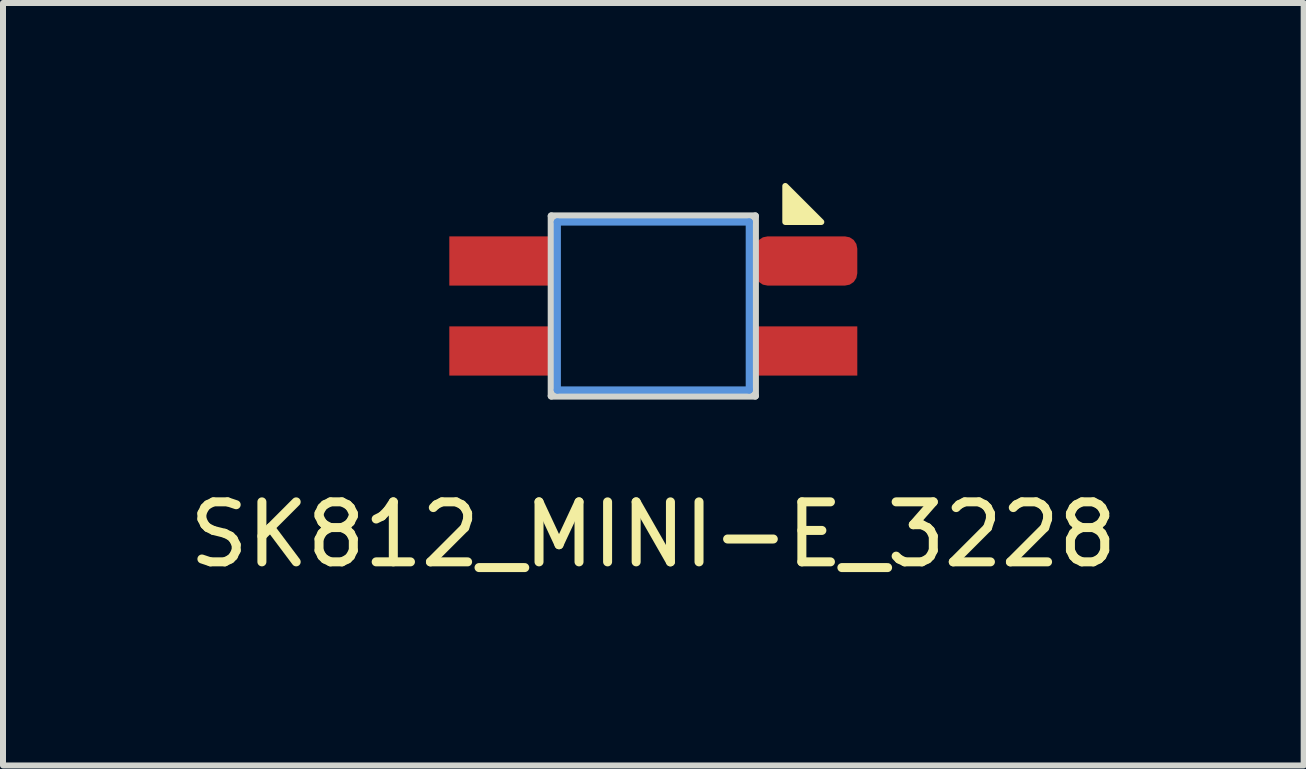
<source format=kicad_pcb>
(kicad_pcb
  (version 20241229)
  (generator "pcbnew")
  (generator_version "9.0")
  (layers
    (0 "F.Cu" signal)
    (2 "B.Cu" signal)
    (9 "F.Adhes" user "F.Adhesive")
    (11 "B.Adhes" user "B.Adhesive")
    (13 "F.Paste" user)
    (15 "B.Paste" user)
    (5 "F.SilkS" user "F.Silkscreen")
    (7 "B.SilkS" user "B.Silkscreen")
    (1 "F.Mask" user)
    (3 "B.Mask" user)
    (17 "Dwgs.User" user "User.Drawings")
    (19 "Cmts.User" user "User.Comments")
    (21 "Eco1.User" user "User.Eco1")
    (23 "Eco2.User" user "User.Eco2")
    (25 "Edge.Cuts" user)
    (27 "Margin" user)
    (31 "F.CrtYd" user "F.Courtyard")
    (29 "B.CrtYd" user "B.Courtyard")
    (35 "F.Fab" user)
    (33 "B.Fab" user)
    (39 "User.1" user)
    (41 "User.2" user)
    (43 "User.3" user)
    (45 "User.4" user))
  (footprint "SK812_MINI-E_3228"
    (layer "F.Cu")
    (at 7.839 2.05)
    (property "Reference" "SK812_MINI-E_3228" (at 0 3.81 0) (layer "F.SilkS") (effects (font (size 1 1) (thickness 0.15))))
    (attr through_hole)
    (fp_poly (pts (xy 2.8 -1.4) (xy 2.2 -1.4) (xy 2.2 -2)) (stroke (width 0.1) (type solid)) (fill yes) (layer "F.SilkS"))
    (fp_line (start -1.6 -1.4) (end 1.6 -1.4) (stroke (width 0.12) (type solid)) (layer "Cmts.User"))
    (fp_line (start -1.6 1.4) (end -1.6 -1.4) (stroke (width 0.12) (type solid)) (layer "Cmts.User"))
    (fp_line (start 1.6 -1.4) (end 1.6 1.4) (stroke (width 0.12) (type solid)) (layer "Cmts.User"))
    (fp_line (start 1.6 1.4) (end -1.6 1.4) (stroke (width 0.12) (type solid)) (layer "Cmts.User"))
    (fp_line (start -1.7 -1.5) (end 1.7 -1.5) (stroke (width 0.12) (type solid)) (layer "Edge.Cuts"))
    (fp_line (start -1.7 1.5) (end -1.7 -1.5) (stroke (width 0.12) (type solid)) (layer "Edge.Cuts"))
    (fp_line (start 1.7 -1.5) (end 1.7 1.5) (stroke (width 0.12) (type solid)) (layer "Edge.Cuts"))
    (fp_line (start 1.7 1.5) (end -1.7 1.5) (stroke (width 0.12) (type solid)) (layer "Edge.Cuts"))
    (pad "1" smd rect (at -2.55 0.75) (size 1.7 0.82) (layers "F.Cu" "F.Mask" "F.Paste"))
    (pad "2" smd rect (at -2.55 -0.75) (size 1.7 0.82) (layers "F.Cu" "F.Mask" "F.Paste"))
    (pad "3" smd roundrect (at 2.55 -0.75) (size 1.7 0.82) (layers "F.Cu" "F.Mask" "F.Paste") (roundrect_rratio 0.25))
    (pad "4" smd rect (at 2.55 0.75) (size 1.7 0.82) (layers "F.Cu" "F.Mask" "F.Paste")))
  (gr_rect
    (start -3 -3)
    (end 18.679 9.708)
    (stroke (width 0.1) (type default))
    (fill no)
    (layer "Edge.Cuts")))
</source>
